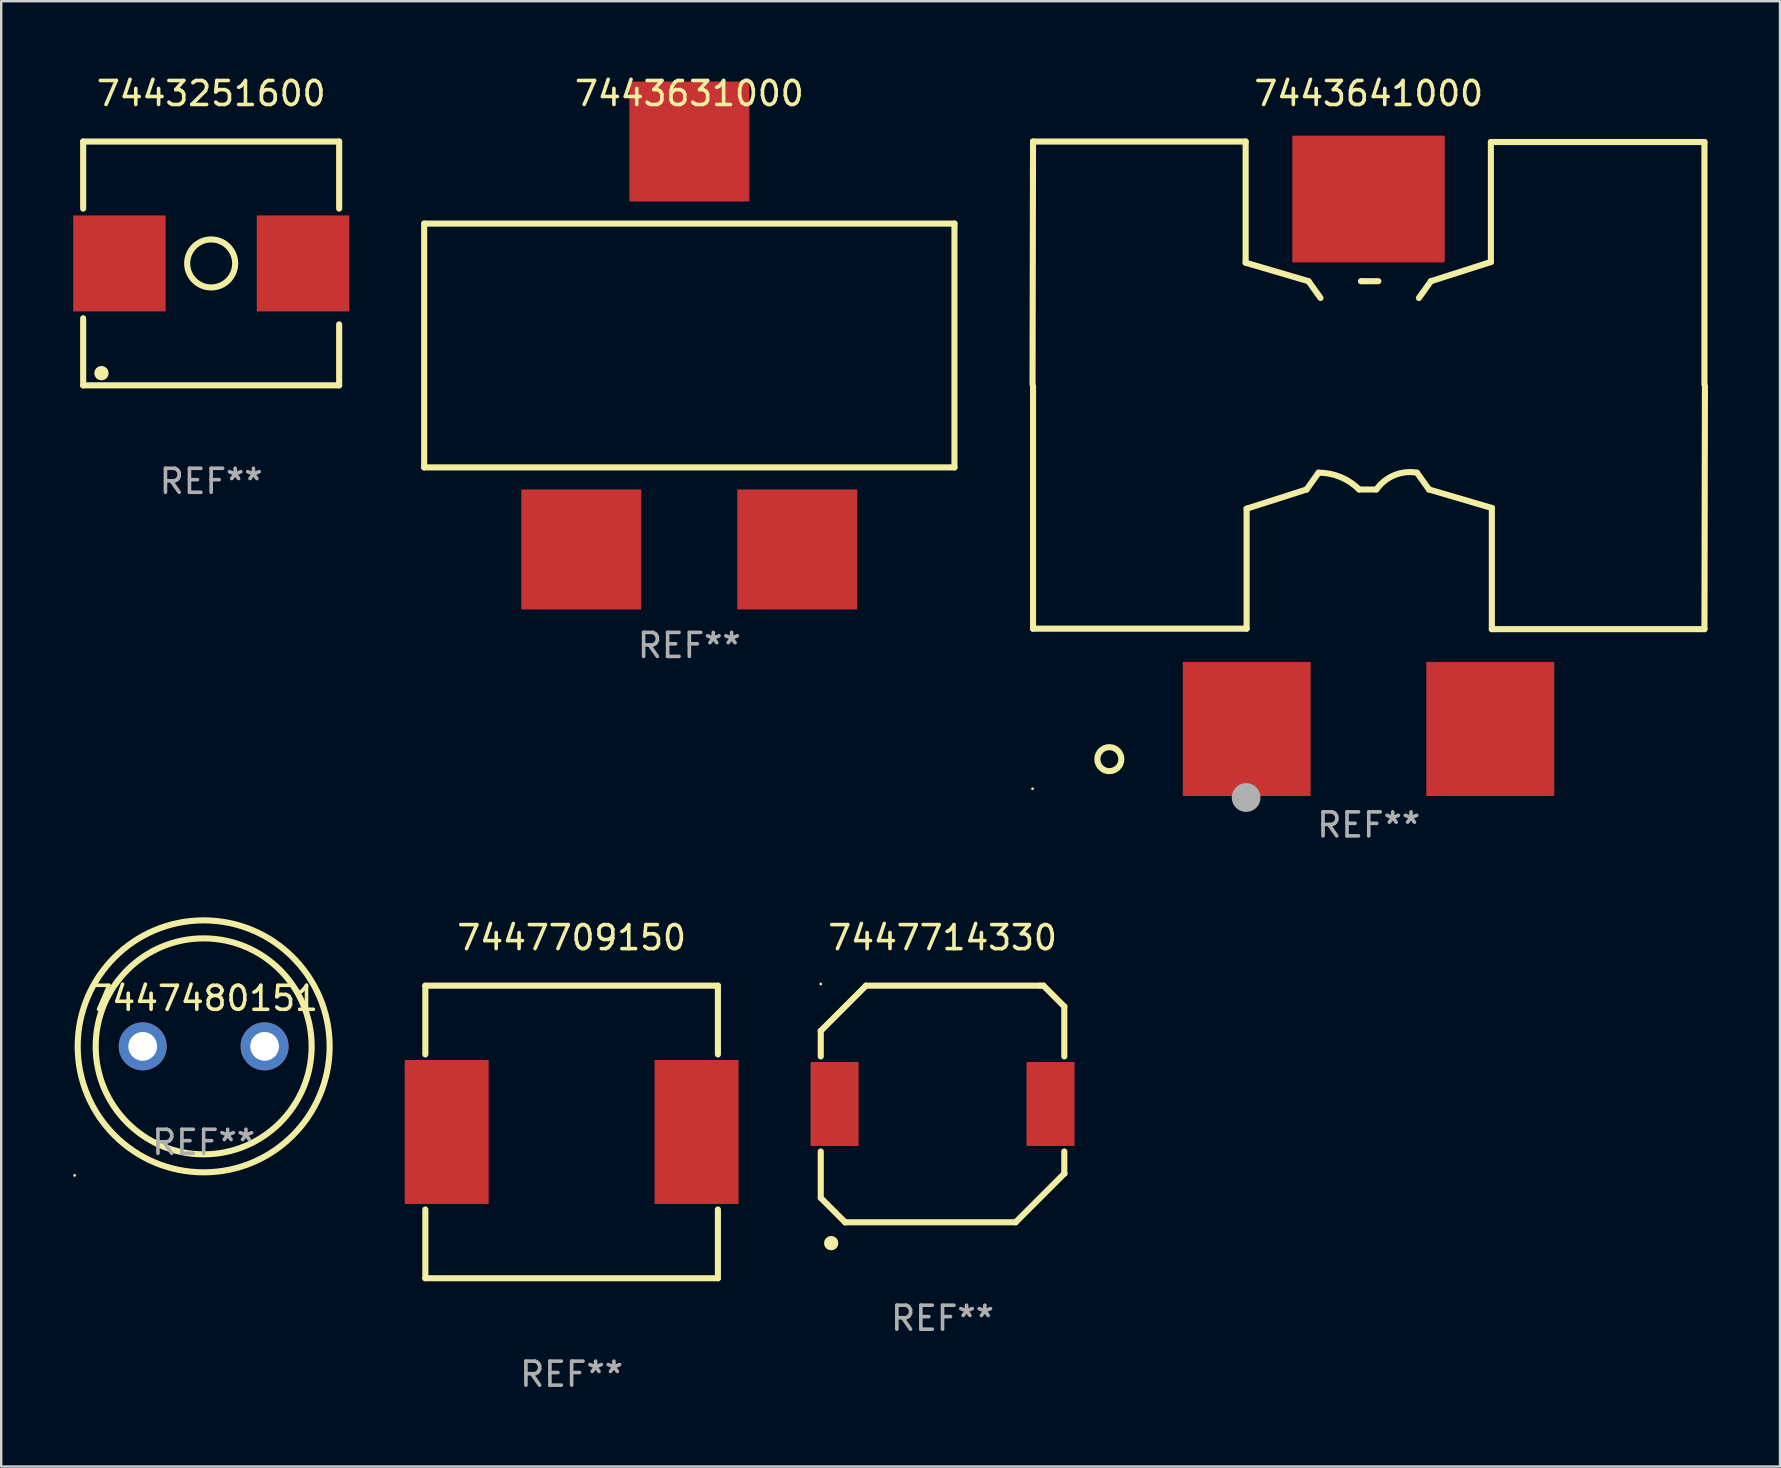
<source format=kicad_pcb>
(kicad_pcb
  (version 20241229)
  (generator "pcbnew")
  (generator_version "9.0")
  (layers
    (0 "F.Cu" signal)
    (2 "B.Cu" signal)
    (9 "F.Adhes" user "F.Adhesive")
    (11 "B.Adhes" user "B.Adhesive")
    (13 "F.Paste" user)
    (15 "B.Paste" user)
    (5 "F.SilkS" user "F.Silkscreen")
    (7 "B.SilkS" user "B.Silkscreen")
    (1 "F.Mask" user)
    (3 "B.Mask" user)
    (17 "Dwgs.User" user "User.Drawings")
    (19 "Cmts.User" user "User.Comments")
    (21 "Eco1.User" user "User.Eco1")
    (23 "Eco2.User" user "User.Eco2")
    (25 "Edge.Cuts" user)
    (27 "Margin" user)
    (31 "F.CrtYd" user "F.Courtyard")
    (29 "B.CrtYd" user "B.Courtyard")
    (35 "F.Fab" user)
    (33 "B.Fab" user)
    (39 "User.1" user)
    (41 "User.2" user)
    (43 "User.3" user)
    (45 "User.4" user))
  (footprint "7447714330"
    (layer "F.Cu")
    (at 36.228 42.955)
    (property "Reference" "7447714330" (at 0 -6.93 0) (layer "F.SilkS") (effects (font (size 1 1) (thickness 0.15))))
    (attr through_hole)
    (fp_line (start -5.075 3.915) (end -5.075 1.981) (stroke (width 0.254) (type solid)) (layer "F.SilkS"))
    (fp_line (start -5.075 -3.045) (end -3.19 -4.93) (stroke (width 0.254) (type solid)) (layer "F.SilkS"))
    (fp_line (start -5.075 -1.981) (end -5.075 -3.045) (stroke (width 0.254) (type solid)) (layer "F.SilkS"))
    (fp_line (start -4.06 4.93) (end -5.075 3.915) (stroke (width 0.254) (type solid)) (layer "F.SilkS"))
    (fp_line (start -4.06 4.93) (end -4.06 4.93) (stroke (width 0.254) (type solid)) (layer "F.SilkS"))
    (fp_line (start -3.19 -4.93) (end 4.059 -4.93) (stroke (width 0.254) (type solid)) (layer "F.SilkS"))
    (fp_line (start 3.045 4.93) (end -4.06 4.93) (stroke (width 0.254) (type solid)) (layer "F.SilkS"))
    (fp_line (start 4.059 -4.93) (end 4.206 -4.93) (stroke (width 0.254) (type solid)) (layer "F.SilkS"))
    (fp_line (start 4.206 -4.93) (end 5.075 -4.059) (stroke (width 0.254) (type solid)) (layer "F.SilkS"))
    (fp_line (start 5.075 -4.059) (end 5.075 -1.981) (stroke (width 0.254) (type solid)) (layer "F.SilkS"))
    (fp_line (start 5.075 1.981) (end 5.075 2.9) (stroke (width 0.254) (type solid)) (layer "F.SilkS"))
    (fp_line (start 5.075 2.9) (end 3.045 4.93) (stroke (width 0.254) (type solid)) (layer "F.SilkS"))
    (fp_line (start 5.075 2.9) (end 5.075 2.9) (stroke (width 0.254) (type solid)) (layer "F.SilkS"))
    (fp_circle (center -5.075 -5) (end -5.045 -5) (stroke (width 0.06) (type solid)) (fill no) (layer "F.SilkS"))
    (fp_circle (center -4.64 5.8) (end -4.49 5.8) (stroke (width 0.3) (type solid)) (fill no) (layer "F.SilkS"))
    (fp_text user "REF**" (at 0 8.93 0) (layer "F.Fab") (effects (font (size 1 1) (thickness 0.15))))
    (pad "1" smd rect (at -4.5 0 90) (size 3.5 2) (layers "F.Cu" "F.Mask" "F.Paste"))
    (pad "2" smd rect (at 4.5 0 90) (size 3.5 2) (layers "F.Cu" "F.Mask" "F.Paste")))
  (footprint "7443251600"
    (layer "F.Cu")
    (at 5.75 7.928)
    (property "Reference" "7443251600" (at 0 -7.08 0) (layer "F.SilkS") (effects (font (size 1 1) (thickness 0.15))))
    (attr through_hole)
    (fp_line (start -5.334 -5.08) (end -5.334 -2.286) (stroke (width 0.254) (type solid)) (layer "F.SilkS"))
    (fp_line (start -5.334 -5.08) (end 5.334 -5.08) (stroke (width 0.254) (type solid)) (layer "F.SilkS"))
    (fp_line (start -5.334 2.286) (end -5.334 5.08) (stroke (width 0.254) (type solid)) (layer "F.SilkS"))
    (fp_line (start -5.334 5.08) (end 5.334 5.08) (stroke (width 0.254) (type solid)) (layer "F.SilkS"))
    (fp_line (start 5.334 -5.08) (end 5.334 -2.286) (stroke (width 0.254) (type solid)) (layer "F.SilkS"))
    (fp_line (start 5.334 5.08) (end 5.334 2.54) (stroke (width 0.254) (type solid)) (layer "F.SilkS"))
    (fp_circle (center -5.25 5.1) (end -5.22 5.1) (stroke (width 0.06) (type solid)) (fill no) (layer "F.SilkS"))
    (fp_circle (center -4.572 4.572) (end -4.422 4.572) (stroke (width 0.3) (type solid)) (fill no) (layer "F.SilkS"))
    (fp_circle (center 0 0) (end 1 0) (stroke (width 0.254) (type solid)) (fill no) (layer "F.SilkS"))
    (fp_text user "REF**" (at 0 9.08 0) (layer "F.Fab") (effects (font (size 1 1) (thickness 0.15))))
    (pad "1" smd rect (at -3.825 0) (size 3.85 4) (layers "F.Cu" "F.Mask" "F.Paste"))
    (pad "2" smd rect (at 3.825 0 180) (size 3.85 4) (layers "F.Cu" "F.Mask" "F.Paste")))
  (footprint "7443631000"
    (layer "F.Cu")
    (at 25.676 11.348)
    (property "Reference" "7443631000" (at 0 -10.5 0) (layer "F.SilkS") (effects (font (size 1 1) (thickness 0.15))))
    (attr through_hole)
    (fp_line (start -11.049 -5.08) (end -11.049 5.08) (stroke (width 0.254) (type solid)) (layer "F.SilkS"))
    (fp_line (start -11.049 5.08) (end 11.049 5.08) (stroke (width 0.254) (type solid)) (layer "F.SilkS"))
    (fp_line (start 11.049 -5.08) (end -11.049 -5.08) (stroke (width 0.254) (type solid)) (layer "F.SilkS"))
    (fp_line (start 11.049 5.08) (end 11.049 -5.08) (stroke (width 0.254) (type solid)) (layer "F.SilkS"))
    (fp_text user "REF**" (at 0 12.5 0) (layer "F.Fab") (effects (font (size 1 1) (thickness 0.15))))
    (pad "1" smd rect (at -4.5 8.5) (size 5 5) (layers "F.Cu" "F.Mask" "F.Paste"))
    (pad "2" smd rect (at 4.5 8.5) (size 5 5) (layers "F.Cu" "F.Mask" "F.Paste"))
    (pad "3" smd rect (at 0 -8.5) (size 5 5) (layers "F.Cu" "F.Mask" "F.Paste")))
  (footprint "7447709150"
    (layer "F.Cu")
    (at 20.771 44.121)
    (property "Reference" "7447709150" (at 0 -8.096 0) (layer "F.SilkS") (effects (font (size 1 1) (thickness 0.15))))
    (attr through_hole)
    (fp_line (start -6.096 -6.096) (end 6.096 -6.096) (stroke (width 0.254) (type solid)) (layer "F.SilkS"))
    (fp_line (start -6.096 -3.231) (end -6.096 -6.096) (stroke (width 0.254) (type solid)) (layer "F.SilkS"))
    (fp_line (start -6.096 6.096) (end -6.096 3.231) (stroke (width 0.254) (type solid)) (layer "F.SilkS"))
    (fp_line (start 6.096 -6.096) (end 6.096 -3.231) (stroke (width 0.254) (type solid)) (layer "F.SilkS"))
    (fp_line (start 6.096 3.231) (end 6.096 6.096) (stroke (width 0.254) (type solid)) (layer "F.SilkS"))
    (fp_line (start 6.096 6.096) (end -6.096 6.096) (stroke (width 0.254) (type solid)) (layer "F.SilkS"))
    (fp_circle (center 6 -6) (end 6.03 -6) (stroke (width 0.06) (type solid)) (fill no) (layer "F.SilkS"))
    (fp_text user "REF**" (at 0 10.096 0) (layer "F.Fab") (effects (font (size 1 1) (thickness 0.15))))
    (pad "1" smd rect (at 5.207 0) (size 3.5 6) (layers "F.Cu" "F.Mask" "F.Paste"))
    (pad "2" smd rect (at -5.207 0) (size 3.5 6) (layers "F.Cu" "F.Mask" "F.Paste")))
  (footprint "7447480151"
    (layer "F.Cu")
    (at 5.437 40.554)
    (property "Reference" "7447480151" (at 0 -2 0) (layer "F.SilkS") (effects (font (size 1 1) (thickness 0.15))))
    (attr through_hole)
    (fp_circle (center -5.377 5.377) (end -5.347 5.377) (stroke (width 0.06) (type solid)) (fill no) (layer "F.SilkS"))
    (fp_circle (center 0 0) (end 4.5 0) (stroke (width 0.254) (type solid)) (fill no) (layer "F.SilkS"))
    (fp_circle (center 0 0) (end 5.25 0) (stroke (width 0.254) (type solid)) (fill no) (layer "F.SilkS"))
    (fp_text user "REF**" (at 0 4 0) (layer "F.Fab") (effects (font (size 1 1) (thickness 0.15))))
    (pad "1" thru_hole circle (at -2.54 0) (size 2 2) (drill 1.2) (layers "*.Cu" "*.Mask"))
    (pad "2" thru_hole circle (at 2.54 0) (size 2 2) (drill 1.2) (layers "*.Cu" "*.Mask")))
  (footprint "7443641000"
    (layer "F.Cu")
    (at 53.989 15.088)
    (property "Reference" "7443641000" (at 0 -14.24 0) (layer "F.SilkS") (effects (font (size 1 1) (thickness 0.15))))
    (attr through_hole)
    (fp_line (start -13.99 -12.24) (end -14.01 -2.12) (stroke (width 0.254) (type solid)) (layer "F.SilkS"))
    (fp_line (start -13.99 -12.24) (end -5.13 -12.24) (stroke (width 0.254) (type solid)) (layer "F.SilkS"))
    (fp_line (start -13.99 8.06) (end -13.99 -2.04) (stroke (width 0.254) (type solid)) (layer "F.SilkS"))
    (fp_line (start -5.13 -12.24) (end -5.13 -7.19) (stroke (width 0.254) (type solid)) (layer "F.SilkS"))
    (fp_line (start -5.13 -7.19) (end -2.51 -6.42) (stroke (width 0.254) (type solid)) (layer "F.SilkS"))
    (fp_line (start -5.09 3.06) (end -5.09 8.06) (stroke (width 0.254) (type solid)) (layer "F.SilkS"))
    (fp_line (start -5.09 8.06) (end -13.99 8.06) (stroke (width 0.254) (type solid)) (layer "F.SilkS"))
    (fp_line (start -2.59 2.26) (end -5.09 3.06) (stroke (width 0.254) (type solid)) (layer "F.SilkS"))
    (fp_line (start -2.51 -6.42) (end -2.01 -5.72) (stroke (width 0.254) (type solid)) (layer "F.SilkS"))
    (fp_line (start -2.09 1.56) (end -2.59 2.26) (stroke (width 0.254) (type solid)) (layer "F.SilkS"))
    (fp_line (start -0.32 -6.42) (end -0.31 -6.42) (stroke (width 0.254) (type solid)) (layer "F.SilkS"))
    (fp_line (start -0.31 -6.42) (end 0.4 -6.42) (stroke (width 0.254) (type solid)) (layer "F.SilkS"))
    (fp_line (start 0.31 2.26) (end -0.4 2.26) (stroke (width 0.254) (type solid)) (layer "F.SilkS"))
    (fp_line (start 2.09 -5.72) (end 2.59 -6.42) (stroke (width 0.254) (type solid)) (layer "F.SilkS"))
    (fp_line (start 2.51 2.26) (end 2.01 1.56) (stroke (width 0.254) (type solid)) (layer "F.SilkS"))
    (fp_line (start 2.59 -6.42) (end 5.09 -7.22) (stroke (width 0.254) (type solid)) (layer "F.SilkS"))
    (fp_line (start 5.09 -12.22) (end 13.99 -12.22) (stroke (width 0.254) (type solid)) (layer "F.SilkS"))
    (fp_line (start 5.09 -7.22) (end 5.09 -12.22) (stroke (width 0.254) (type solid)) (layer "F.SilkS"))
    (fp_line (start 5.13 3.03) (end 2.51 2.26) (stroke (width 0.254) (type solid)) (layer "F.SilkS"))
    (fp_line (start 5.13 8.08) (end 5.13 3.03) (stroke (width 0.254) (type solid)) (layer "F.SilkS"))
    (fp_line (start 13.99 -12.22) (end 13.99 -2.12) (stroke (width 0.254) (type solid)) (layer "F.SilkS"))
    (fp_line (start 13.99 8.08) (end 5.13 8.08) (stroke (width 0.254) (type solid)) (layer "F.SilkS"))
    (fp_line (start 13.99 8.08) (end 14.01 -2.04) (stroke (width 0.254) (type solid)) (layer "F.SilkS"))
    (fp_arc (start -2.089993 1.559944) (mid -1.175403 1.741869) (end -0.400051 2.259944) (stroke (width 0.254001) (type solid)) (layer "F.SilkS"))
    (fp_arc (start 0.320066 2.259944) (mid 1.063897 1.665771) (end 2.010008 1.559944) (stroke (width 0.254001) (type solid)) (layer "F.SilkS"))
    (fp_circle (center -14.01 14.73) (end -13.98 14.73) (stroke (width 0.06) (type solid)) (fill no) (layer "F.SilkS"))
    (fp_circle (center -10.81 13.498) (end -10.31 13.498) (stroke (width 0.254) (type solid)) (fill no) (layer "F.SilkS"))
    (fp_circle (center -5.11 15.098) (end -4.81 15.098) (stroke (width 0.6) (type solid)) (fill no) (layer "F.Fab"))
    (fp_text user "REF**" (at 0 16.24 0) (layer "F.Fab") (effects (font (size 1 1) (thickness 0.15))))
    (pad "1" smd rect (at -5.085 12.24) (size 5.33 5.59) (layers "F.Cu" "F.Mask" "F.Paste"))
    (pad "2" smd rect (at 5.065 12.24) (size 5.33 5.59) (layers "F.Cu" "F.Mask" "F.Paste"))
    (pad "3" smd rect (at -0.01 -9.844) (size 6.35 5.28) (layers "F.Cu" "F.Mask" "F.Paste")))
  (gr_rect
    (start -3 -3)
    (end 71.126 58.065)
    (stroke (width 0.1) (type default))
    (fill no)
    (layer "Edge.Cuts")))
</source>
